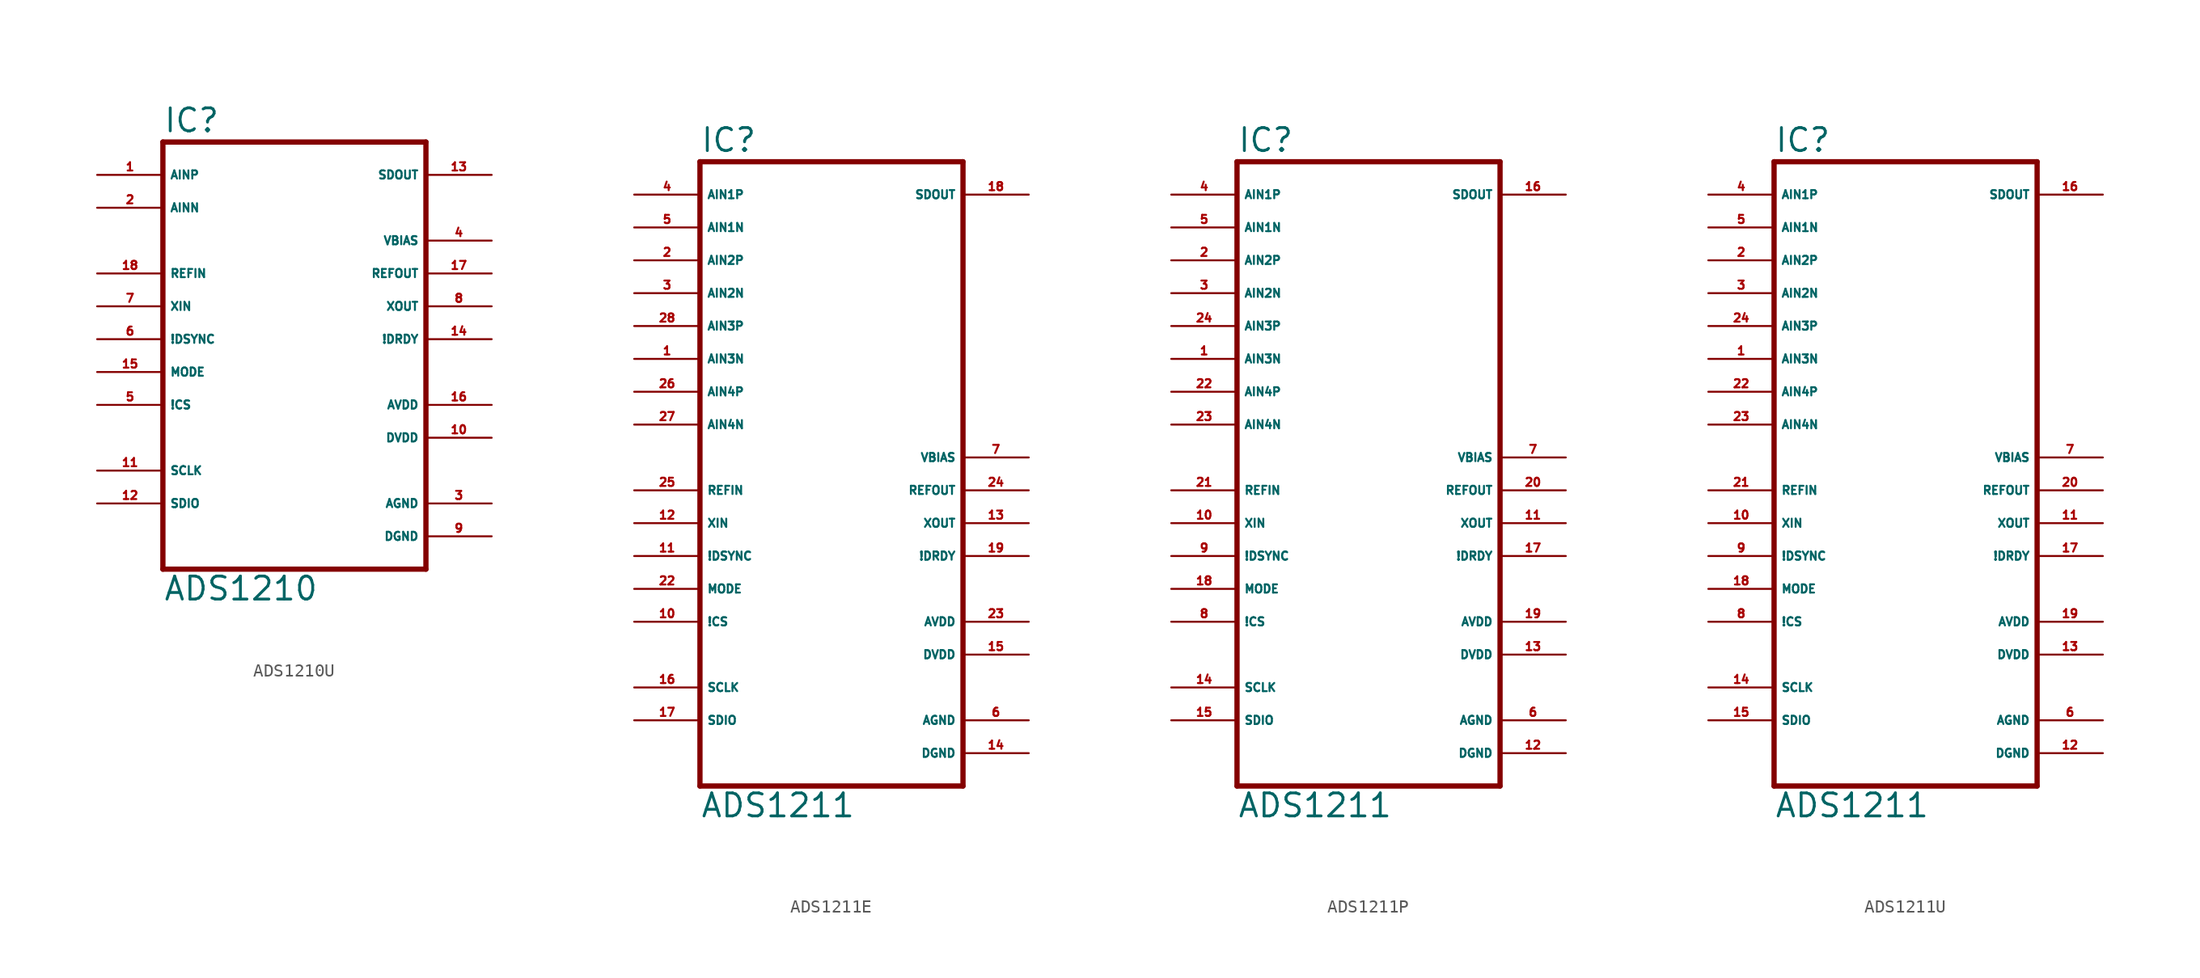
<source format=kicad_sym>
(kicad_symbol_lib
  (version 20220914)
  (generator Eagle2Kicad)
  (symbol "ADS1210U"
    (property "Reference" "IC"
      (at -10.16 15.875 0)
      (effects (font (size 1.778 1.778) (thickness 0.22)) (justify left bottom)))
    (property "Value" "ADS1210"
      (at -10.16 -20.32 0)
      (effects (font (size 1.778 1.778) (thickness 0.22)) (justify left bottom)))
    (polyline
      (pts (xy -10.16 -17.78) (xy 10.16 -17.78))
      (stroke (width 0.406) (type default))
      (fill (type none)))
    (polyline
      (pts (xy 10.16 -17.78) (xy 10.16 15.24))
      (stroke (width 0.406) (type default))
      (fill (type none)))
    (polyline
      (pts (xy 10.16 15.24) (xy -10.16 15.24))
      (stroke (width 0.406) (type default))
      (fill (type none)))
    (polyline
      (pts (xy -10.16 15.24) (xy -10.16 -17.78))
      (stroke (width 0.406) (type default))
      (fill (type none)))
    (pin input line
      (at -15.24 12.7 0)
      (length 5.08)
      (name "AINP" (effects (font (size 0.635 0.635) (thickness 0.08)) (justify left bottom)))
      (number "1" (effects (font (size 0.635 0.635) (thickness 0.08)) (justify left bottom))))
    (pin input line
      (at -15.24 10.16 0)
      (length 5.08)
      (name "AINN" (effects (font (size 0.635 0.635) (thickness 0.08)) (justify left bottom)))
      (number "2" (effects (font (size 0.635 0.635) (thickness 0.08)) (justify left bottom))))
    (pin input line
      (at -15.24 -5.08 0)
      (length 5.08)
      (name "!CS" (effects (font (size 0.635 0.635) (thickness 0.08)) (justify left bottom)))
      (number "5" (effects (font (size 0.635 0.635) (thickness 0.08)) (justify left bottom))))
    (pin input line
      (at -15.24 0 0)
      (length 5.08)
      (name "!DSYNC" (effects (font (size 0.635 0.635) (thickness 0.08)) (justify left bottom)))
      (number "6" (effects (font (size 0.635 0.635) (thickness 0.08)) (justify left bottom))))
    (pin input line
      (at -15.24 2.54 0)
      (length 5.08)
      (name "XIN" (effects (font (size 0.635 0.635) (thickness 0.08)) (justify left bottom)))
      (number "7" (effects (font (size 0.635 0.635) (thickness 0.08)) (justify left bottom))))
    (pin input line
      (at -15.24 -2.54 0)
      (length 5.08)
      (name "MODE" (effects (font (size 0.635 0.635) (thickness 0.08)) (justify left bottom)))
      (number "15" (effects (font (size 0.635 0.635) (thickness 0.08)) (justify left bottom))))
    (pin input line
      (at -15.24 5.08 0)
      (length 5.08)
      (name "REFIN" (effects (font (size 0.635 0.635) (thickness 0.08)) (justify left bottom)))
      (number "18" (effects (font (size 0.635 0.635) (thickness 0.08)) (justify left bottom))))
    (pin bidirectional line
      (at -15.24 -10.16 0)
      (length 5.08)
      (name "SCLK" (effects (font (size 0.635 0.635) (thickness 0.08)) (justify left bottom)))
      (number "11" (effects (font (size 0.635 0.635) (thickness 0.08)) (justify left bottom))))
    (pin bidirectional line
      (at -15.24 -12.7 0)
      (length 5.08)
      (name "SDIO" (effects (font (size 0.635 0.635) (thickness 0.08)) (justify left bottom)))
      (number "12" (effects (font (size 0.635 0.635) (thickness 0.08)) (justify left bottom))))
    (pin output line
      (at 15.24 7.62 180)
      (length 5.08)
      (name "VBIAS" (effects (font (size 0.635 0.635) (thickness 0.08)) (justify left bottom)))
      (number "4" (effects (font (size 0.635 0.635) (thickness 0.08)) (justify left bottom))))
    (pin output line
      (at 15.24 2.54 180)
      (length 5.08)
      (name "XOUT" (effects (font (size 0.635 0.635) (thickness 0.08)) (justify left bottom)))
      (number "8" (effects (font (size 0.635 0.635) (thickness 0.08)) (justify left bottom))))
    (pin output line
      (at 15.24 12.7 180)
      (length 5.08)
      (name "SDOUT" (effects (font (size 0.635 0.635) (thickness 0.08)) (justify left bottom)))
      (number "13" (effects (font (size 0.635 0.635) (thickness 0.08)) (justify left bottom))))
    (pin output line
      (at 15.24 5.08 180)
      (length 5.08)
      (name "REFOUT" (effects (font (size 0.635 0.635) (thickness 0.08)) (justify left bottom)))
      (number "17" (effects (font (size 0.635 0.635) (thickness 0.08)) (justify left bottom))))
    (pin unspecified line
      (at 15.24 -15.24 180)
      (length 5.08)
      (name "DGND" (effects (font (size 0.635 0.635) (thickness 0.08)) (justify left bottom)))
      (number "9" (effects (font (size 0.635 0.635) (thickness 0.08)) (justify left bottom))))
    (pin unspecified line
      (at 15.24 -12.7 180)
      (length 5.08)
      (name "AGND" (effects (font (size 0.635 0.635) (thickness 0.08)) (justify left bottom)))
      (number "3" (effects (font (size 0.635 0.635) (thickness 0.08)) (justify left bottom))))
    (pin unspecified line
      (at 15.24 -7.62 180)
      (length 5.08)
      (name "DVDD" (effects (font (size 0.635 0.635) (thickness 0.08)) (justify left bottom)))
      (number "10" (effects (font (size 0.635 0.635) (thickness 0.08)) (justify left bottom))))
    (pin unspecified line
      (at 15.24 -5.08 180)
      (length 5.08)
      (name "AVDD" (effects (font (size 0.635 0.635) (thickness 0.08)) (justify left bottom)))
      (number "16" (effects (font (size 0.635 0.635) (thickness 0.08)) (justify left bottom))))
    (pin output line
      (at 15.24 0 180)
      (length 5.08)
      (name "!DRDY" (effects (font (size 0.635 0.635) (thickness 0.08)) (justify left bottom)))
      (number "14" (effects (font (size 0.635 0.635) (thickness 0.08)) (justify left bottom)))))
  (symbol "ADS1211E"
    (property "Reference" "IC"
      (at -10.16 23.495 0)
      (effects (font (size 1.778 1.778) (thickness 0.22)) (justify left bottom)))
    (property "Value" "ADS1211"
      (at -10.16 -27.94 0)
      (effects (font (size 1.778 1.778) (thickness 0.22)) (justify left bottom)))
    (polyline
      (pts (xy -10.16 -25.4) (xy 10.16 -25.4))
      (stroke (width 0.406) (type default))
      (fill (type none)))
    (polyline
      (pts (xy 10.16 -25.4) (xy 10.16 22.86))
      (stroke (width 0.406) (type default))
      (fill (type none)))
    (polyline
      (pts (xy 10.16 22.86) (xy -10.16 22.86))
      (stroke (width 0.406) (type default))
      (fill (type none)))
    (polyline
      (pts (xy -10.16 22.86) (xy -10.16 -25.4))
      (stroke (width 0.406) (type default))
      (fill (type none)))
    (pin input line
      (at -15.24 20.32 0)
      (length 5.08)
      (name "AIN1P" (effects (font (size 0.635 0.635) (thickness 0.08)) (justify left bottom)))
      (number "4" (effects (font (size 0.635 0.635) (thickness 0.08)) (justify left bottom))))
    (pin input line
      (at -15.24 17.78 0)
      (length 5.08)
      (name "AIN1N" (effects (font (size 0.635 0.635) (thickness 0.08)) (justify left bottom)))
      (number "5" (effects (font (size 0.635 0.635) (thickness 0.08)) (justify left bottom))))
    (pin input line
      (at -15.24 -12.7 0)
      (length 5.08)
      (name "!CS" (effects (font (size 0.635 0.635) (thickness 0.08)) (justify left bottom)))
      (number "10" (effects (font (size 0.635 0.635) (thickness 0.08)) (justify left bottom))))
    (pin input line
      (at -15.24 -7.62 0)
      (length 5.08)
      (name "!DSYNC" (effects (font (size 0.635 0.635) (thickness 0.08)) (justify left bottom)))
      (number "11" (effects (font (size 0.635 0.635) (thickness 0.08)) (justify left bottom))))
    (pin input line
      (at -15.24 -5.08 0)
      (length 5.08)
      (name "XIN" (effects (font (size 0.635 0.635) (thickness 0.08)) (justify left bottom)))
      (number "12" (effects (font (size 0.635 0.635) (thickness 0.08)) (justify left bottom))))
    (pin input line
      (at -15.24 -10.16 0)
      (length 5.08)
      (name "MODE" (effects (font (size 0.635 0.635) (thickness 0.08)) (justify left bottom)))
      (number "22" (effects (font (size 0.635 0.635) (thickness 0.08)) (justify left bottom))))
    (pin input line
      (at -15.24 -2.54 0)
      (length 5.08)
      (name "REFIN" (effects (font (size 0.635 0.635) (thickness 0.08)) (justify left bottom)))
      (number "25" (effects (font (size 0.635 0.635) (thickness 0.08)) (justify left bottom))))
    (pin bidirectional line
      (at -15.24 -17.78 0)
      (length 5.08)
      (name "SCLK" (effects (font (size 0.635 0.635) (thickness 0.08)) (justify left bottom)))
      (number "16" (effects (font (size 0.635 0.635) (thickness 0.08)) (justify left bottom))))
    (pin bidirectional line
      (at -15.24 -20.32 0)
      (length 5.08)
      (name "SDIO" (effects (font (size 0.635 0.635) (thickness 0.08)) (justify left bottom)))
      (number "17" (effects (font (size 0.635 0.635) (thickness 0.08)) (justify left bottom))))
    (pin output line
      (at 15.24 0 180)
      (length 5.08)
      (name "VBIAS" (effects (font (size 0.635 0.635) (thickness 0.08)) (justify left bottom)))
      (number "7" (effects (font (size 0.635 0.635) (thickness 0.08)) (justify left bottom))))
    (pin output line
      (at 15.24 -5.08 180)
      (length 5.08)
      (name "XOUT" (effects (font (size 0.635 0.635) (thickness 0.08)) (justify left bottom)))
      (number "13" (effects (font (size 0.635 0.635) (thickness 0.08)) (justify left bottom))))
    (pin output line
      (at 15.24 20.32 180)
      (length 5.08)
      (name "SDOUT" (effects (font (size 0.635 0.635) (thickness 0.08)) (justify left bottom)))
      (number "18" (effects (font (size 0.635 0.635) (thickness 0.08)) (justify left bottom))))
    (pin output line
      (at 15.24 -2.54 180)
      (length 5.08)
      (name "REFOUT" (effects (font (size 0.635 0.635) (thickness 0.08)) (justify left bottom)))
      (number "24" (effects (font (size 0.635 0.635) (thickness 0.08)) (justify left bottom))))
    (pin unspecified line
      (at 15.24 -22.86 180)
      (length 5.08)
      (name "DGND" (effects (font (size 0.635 0.635) (thickness 0.08)) (justify left bottom)))
      (number "14" (effects (font (size 0.635 0.635) (thickness 0.08)) (justify left bottom))))
    (pin unspecified line
      (at 15.24 -20.32 180)
      (length 5.08)
      (name "AGND" (effects (font (size 0.635 0.635) (thickness 0.08)) (justify left bottom)))
      (number "6" (effects (font (size 0.635 0.635) (thickness 0.08)) (justify left bottom))))
    (pin unspecified line
      (at 15.24 -15.24 180)
      (length 5.08)
      (name "DVDD" (effects (font (size 0.635 0.635) (thickness 0.08)) (justify left bottom)))
      (number "15" (effects (font (size 0.635 0.635) (thickness 0.08)) (justify left bottom))))
    (pin unspecified line
      (at 15.24 -12.7 180)
      (length 5.08)
      (name "AVDD" (effects (font (size 0.635 0.635) (thickness 0.08)) (justify left bottom)))
      (number "23" (effects (font (size 0.635 0.635) (thickness 0.08)) (justify left bottom))))
    (pin output line
      (at 15.24 -7.62 180)
      (length 5.08)
      (name "!DRDY" (effects (font (size 0.635 0.635) (thickness 0.08)) (justify left bottom)))
      (number "19" (effects (font (size 0.635 0.635) (thickness 0.08)) (justify left bottom))))
    (pin input line
      (at -15.24 15.24 0)
      (length 5.08)
      (name "AIN2P" (effects (font (size 0.635 0.635) (thickness 0.08)) (justify left bottom)))
      (number "2" (effects (font (size 0.635 0.635) (thickness 0.08)) (justify left bottom))))
    (pin input line
      (at -15.24 12.7 0)
      (length 5.08)
      (name "AIN2N" (effects (font (size 0.635 0.635) (thickness 0.08)) (justify left bottom)))
      (number "3" (effects (font (size 0.635 0.635) (thickness 0.08)) (justify left bottom))))
    (pin input line
      (at -15.24 10.16 0)
      (length 5.08)
      (name "AIN3P" (effects (font (size 0.635 0.635) (thickness 0.08)) (justify left bottom)))
      (number "28" (effects (font (size 0.635 0.635) (thickness 0.08)) (justify left bottom))))
    (pin input line
      (at -15.24 7.62 0)
      (length 5.08)
      (name "AIN3N" (effects (font (size 0.635 0.635) (thickness 0.08)) (justify left bottom)))
      (number "1" (effects (font (size 0.635 0.635) (thickness 0.08)) (justify left bottom))))
    (pin input line
      (at -15.24 5.08 0)
      (length 5.08)
      (name "AIN4P" (effects (font (size 0.635 0.635) (thickness 0.08)) (justify left bottom)))
      (number "26" (effects (font (size 0.635 0.635) (thickness 0.08)) (justify left bottom))))
    (pin input line
      (at -15.24 2.54 0)
      (length 5.08)
      (name "AIN4N" (effects (font (size 0.635 0.635) (thickness 0.08)) (justify left bottom)))
      (number "27" (effects (font (size 0.635 0.635) (thickness 0.08)) (justify left bottom)))))
  (symbol "ADS1211P"
    (property "Reference" "IC"
      (at -10.16 23.495 0)
      (effects (font (size 1.778 1.778) (thickness 0.22)) (justify left bottom)))
    (property "Value" "ADS1211"
      (at -10.16 -27.94 0)
      (effects (font (size 1.778 1.778) (thickness 0.22)) (justify left bottom)))
    (polyline
      (pts (xy -10.16 -25.4) (xy 10.16 -25.4))
      (stroke (width 0.406) (type default))
      (fill (type none)))
    (polyline
      (pts (xy 10.16 -25.4) (xy 10.16 22.86))
      (stroke (width 0.406) (type default))
      (fill (type none)))
    (polyline
      (pts (xy 10.16 22.86) (xy -10.16 22.86))
      (stroke (width 0.406) (type default))
      (fill (type none)))
    (polyline
      (pts (xy -10.16 22.86) (xy -10.16 -25.4))
      (stroke (width 0.406) (type default))
      (fill (type none)))
    (pin input line
      (at -15.24 20.32 0)
      (length 5.08)
      (name "AIN1P" (effects (font (size 0.635 0.635) (thickness 0.08)) (justify left bottom)))
      (number "4" (effects (font (size 0.635 0.635) (thickness 0.08)) (justify left bottom))))
    (pin input line
      (at -15.24 17.78 0)
      (length 5.08)
      (name "AIN1N" (effects (font (size 0.635 0.635) (thickness 0.08)) (justify left bottom)))
      (number "5" (effects (font (size 0.635 0.635) (thickness 0.08)) (justify left bottom))))
    (pin input line
      (at -15.24 -12.7 0)
      (length 5.08)
      (name "!CS" (effects (font (size 0.635 0.635) (thickness 0.08)) (justify left bottom)))
      (number "8" (effects (font (size 0.635 0.635) (thickness 0.08)) (justify left bottom))))
    (pin input line
      (at -15.24 -7.62 0)
      (length 5.08)
      (name "!DSYNC" (effects (font (size 0.635 0.635) (thickness 0.08)) (justify left bottom)))
      (number "9" (effects (font (size 0.635 0.635) (thickness 0.08)) (justify left bottom))))
    (pin input line
      (at -15.24 -5.08 0)
      (length 5.08)
      (name "XIN" (effects (font (size 0.635 0.635) (thickness 0.08)) (justify left bottom)))
      (number "10" (effects (font (size 0.635 0.635) (thickness 0.08)) (justify left bottom))))
    (pin input line
      (at -15.24 -10.16 0)
      (length 5.08)
      (name "MODE" (effects (font (size 0.635 0.635) (thickness 0.08)) (justify left bottom)))
      (number "18" (effects (font (size 0.635 0.635) (thickness 0.08)) (justify left bottom))))
    (pin input line
      (at -15.24 -2.54 0)
      (length 5.08)
      (name "REFIN" (effects (font (size 0.635 0.635) (thickness 0.08)) (justify left bottom)))
      (number "21" (effects (font (size 0.635 0.635) (thickness 0.08)) (justify left bottom))))
    (pin bidirectional line
      (at -15.24 -17.78 0)
      (length 5.08)
      (name "SCLK" (effects (font (size 0.635 0.635) (thickness 0.08)) (justify left bottom)))
      (number "14" (effects (font (size 0.635 0.635) (thickness 0.08)) (justify left bottom))))
    (pin bidirectional line
      (at -15.24 -20.32 0)
      (length 5.08)
      (name "SDIO" (effects (font (size 0.635 0.635) (thickness 0.08)) (justify left bottom)))
      (number "15" (effects (font (size 0.635 0.635) (thickness 0.08)) (justify left bottom))))
    (pin output line
      (at 15.24 0 180)
      (length 5.08)
      (name "VBIAS" (effects (font (size 0.635 0.635) (thickness 0.08)) (justify left bottom)))
      (number "7" (effects (font (size 0.635 0.635) (thickness 0.08)) (justify left bottom))))
    (pin output line
      (at 15.24 -5.08 180)
      (length 5.08)
      (name "XOUT" (effects (font (size 0.635 0.635) (thickness 0.08)) (justify left bottom)))
      (number "11" (effects (font (size 0.635 0.635) (thickness 0.08)) (justify left bottom))))
    (pin output line
      (at 15.24 20.32 180)
      (length 5.08)
      (name "SDOUT" (effects (font (size 0.635 0.635) (thickness 0.08)) (justify left bottom)))
      (number "16" (effects (font (size 0.635 0.635) (thickness 0.08)) (justify left bottom))))
    (pin output line
      (at 15.24 -2.54 180)
      (length 5.08)
      (name "REFOUT" (effects (font (size 0.635 0.635) (thickness 0.08)) (justify left bottom)))
      (number "20" (effects (font (size 0.635 0.635) (thickness 0.08)) (justify left bottom))))
    (pin unspecified line
      (at 15.24 -22.86 180)
      (length 5.08)
      (name "DGND" (effects (font (size 0.635 0.635) (thickness 0.08)) (justify left bottom)))
      (number "12" (effects (font (size 0.635 0.635) (thickness 0.08)) (justify left bottom))))
    (pin unspecified line
      (at 15.24 -20.32 180)
      (length 5.08)
      (name "AGND" (effects (font (size 0.635 0.635) (thickness 0.08)) (justify left bottom)))
      (number "6" (effects (font (size 0.635 0.635) (thickness 0.08)) (justify left bottom))))
    (pin unspecified line
      (at 15.24 -15.24 180)
      (length 5.08)
      (name "DVDD" (effects (font (size 0.635 0.635) (thickness 0.08)) (justify left bottom)))
      (number "13" (effects (font (size 0.635 0.635) (thickness 0.08)) (justify left bottom))))
    (pin unspecified line
      (at 15.24 -12.7 180)
      (length 5.08)
      (name "AVDD" (effects (font (size 0.635 0.635) (thickness 0.08)) (justify left bottom)))
      (number "19" (effects (font (size 0.635 0.635) (thickness 0.08)) (justify left bottom))))
    (pin output line
      (at 15.24 -7.62 180)
      (length 5.08)
      (name "!DRDY" (effects (font (size 0.635 0.635) (thickness 0.08)) (justify left bottom)))
      (number "17" (effects (font (size 0.635 0.635) (thickness 0.08)) (justify left bottom))))
    (pin input line
      (at -15.24 15.24 0)
      (length 5.08)
      (name "AIN2P" (effects (font (size 0.635 0.635) (thickness 0.08)) (justify left bottom)))
      (number "2" (effects (font (size 0.635 0.635) (thickness 0.08)) (justify left bottom))))
    (pin input line
      (at -15.24 12.7 0)
      (length 5.08)
      (name "AIN2N" (effects (font (size 0.635 0.635) (thickness 0.08)) (justify left bottom)))
      (number "3" (effects (font (size 0.635 0.635) (thickness 0.08)) (justify left bottom))))
    (pin input line
      (at -15.24 10.16 0)
      (length 5.08)
      (name "AIN3P" (effects (font (size 0.635 0.635) (thickness 0.08)) (justify left bottom)))
      (number "24" (effects (font (size 0.635 0.635) (thickness 0.08)) (justify left bottom))))
    (pin input line
      (at -15.24 7.62 0)
      (length 5.08)
      (name "AIN3N" (effects (font (size 0.635 0.635) (thickness 0.08)) (justify left bottom)))
      (number "1" (effects (font (size 0.635 0.635) (thickness 0.08)) (justify left bottom))))
    (pin input line
      (at -15.24 5.08 0)
      (length 5.08)
      (name "AIN4P" (effects (font (size 0.635 0.635) (thickness 0.08)) (justify left bottom)))
      (number "22" (effects (font (size 0.635 0.635) (thickness 0.08)) (justify left bottom))))
    (pin input line
      (at -15.24 2.54 0)
      (length 5.08)
      (name "AIN4N" (effects (font (size 0.635 0.635) (thickness 0.08)) (justify left bottom)))
      (number "23" (effects (font (size 0.635 0.635) (thickness 0.08)) (justify left bottom)))))
  (symbol "ADS1211U"
    (property "Reference" "IC"
      (at -10.16 23.495 0)
      (effects (font (size 1.778 1.778) (thickness 0.22)) (justify left bottom)))
    (property "Value" "ADS1211"
      (at -10.16 -27.94 0)
      (effects (font (size 1.778 1.778) (thickness 0.22)) (justify left bottom)))
    (polyline
      (pts (xy -10.16 -25.4) (xy 10.16 -25.4))
      (stroke (width 0.406) (type default))
      (fill (type none)))
    (polyline
      (pts (xy 10.16 -25.4) (xy 10.16 22.86))
      (stroke (width 0.406) (type default))
      (fill (type none)))
    (polyline
      (pts (xy 10.16 22.86) (xy -10.16 22.86))
      (stroke (width 0.406) (type default))
      (fill (type none)))
    (polyline
      (pts (xy -10.16 22.86) (xy -10.16 -25.4))
      (stroke (width 0.406) (type default))
      (fill (type none)))
    (pin input line
      (at -15.24 20.32 0)
      (length 5.08)
      (name "AIN1P" (effects (font (size 0.635 0.635) (thickness 0.08)) (justify left bottom)))
      (number "4" (effects (font (size 0.635 0.635) (thickness 0.08)) (justify left bottom))))
    (pin input line
      (at -15.24 17.78 0)
      (length 5.08)
      (name "AIN1N" (effects (font (size 0.635 0.635) (thickness 0.08)) (justify left bottom)))
      (number "5" (effects (font (size 0.635 0.635) (thickness 0.08)) (justify left bottom))))
    (pin input line
      (at -15.24 -12.7 0)
      (length 5.08)
      (name "!CS" (effects (font (size 0.635 0.635) (thickness 0.08)) (justify left bottom)))
      (number "8" (effects (font (size 0.635 0.635) (thickness 0.08)) (justify left bottom))))
    (pin input line
      (at -15.24 -7.62 0)
      (length 5.08)
      (name "!DSYNC" (effects (font (size 0.635 0.635) (thickness 0.08)) (justify left bottom)))
      (number "9" (effects (font (size 0.635 0.635) (thickness 0.08)) (justify left bottom))))
    (pin input line
      (at -15.24 -5.08 0)
      (length 5.08)
      (name "XIN" (effects (font (size 0.635 0.635) (thickness 0.08)) (justify left bottom)))
      (number "10" (effects (font (size 0.635 0.635) (thickness 0.08)) (justify left bottom))))
    (pin input line
      (at -15.24 -10.16 0)
      (length 5.08)
      (name "MODE" (effects (font (size 0.635 0.635) (thickness 0.08)) (justify left bottom)))
      (number "18" (effects (font (size 0.635 0.635) (thickness 0.08)) (justify left bottom))))
    (pin input line
      (at -15.24 -2.54 0)
      (length 5.08)
      (name "REFIN" (effects (font (size 0.635 0.635) (thickness 0.08)) (justify left bottom)))
      (number "21" (effects (font (size 0.635 0.635) (thickness 0.08)) (justify left bottom))))
    (pin bidirectional line
      (at -15.24 -17.78 0)
      (length 5.08)
      (name "SCLK" (effects (font (size 0.635 0.635) (thickness 0.08)) (justify left bottom)))
      (number "14" (effects (font (size 0.635 0.635) (thickness 0.08)) (justify left bottom))))
    (pin bidirectional line
      (at -15.24 -20.32 0)
      (length 5.08)
      (name "SDIO" (effects (font (size 0.635 0.635) (thickness 0.08)) (justify left bottom)))
      (number "15" (effects (font (size 0.635 0.635) (thickness 0.08)) (justify left bottom))))
    (pin output line
      (at 15.24 0 180)
      (length 5.08)
      (name "VBIAS" (effects (font (size 0.635 0.635) (thickness 0.08)) (justify left bottom)))
      (number "7" (effects (font (size 0.635 0.635) (thickness 0.08)) (justify left bottom))))
    (pin output line
      (at 15.24 -5.08 180)
      (length 5.08)
      (name "XOUT" (effects (font (size 0.635 0.635) (thickness 0.08)) (justify left bottom)))
      (number "11" (effects (font (size 0.635 0.635) (thickness 0.08)) (justify left bottom))))
    (pin output line
      (at 15.24 20.32 180)
      (length 5.08)
      (name "SDOUT" (effects (font (size 0.635 0.635) (thickness 0.08)) (justify left bottom)))
      (number "16" (effects (font (size 0.635 0.635) (thickness 0.08)) (justify left bottom))))
    (pin output line
      (at 15.24 -2.54 180)
      (length 5.08)
      (name "REFOUT" (effects (font (size 0.635 0.635) (thickness 0.08)) (justify left bottom)))
      (number "20" (effects (font (size 0.635 0.635) (thickness 0.08)) (justify left bottom))))
    (pin unspecified line
      (at 15.24 -22.86 180)
      (length 5.08)
      (name "DGND" (effects (font (size 0.635 0.635) (thickness 0.08)) (justify left bottom)))
      (number "12" (effects (font (size 0.635 0.635) (thickness 0.08)) (justify left bottom))))
    (pin unspecified line
      (at 15.24 -20.32 180)
      (length 5.08)
      (name "AGND" (effects (font (size 0.635 0.635) (thickness 0.08)) (justify left bottom)))
      (number "6" (effects (font (size 0.635 0.635) (thickness 0.08)) (justify left bottom))))
    (pin unspecified line
      (at 15.24 -15.24 180)
      (length 5.08)
      (name "DVDD" (effects (font (size 0.635 0.635) (thickness 0.08)) (justify left bottom)))
      (number "13" (effects (font (size 0.635 0.635) (thickness 0.08)) (justify left bottom))))
    (pin unspecified line
      (at 15.24 -12.7 180)
      (length 5.08)
      (name "AVDD" (effects (font (size 0.635 0.635) (thickness 0.08)) (justify left bottom)))
      (number "19" (effects (font (size 0.635 0.635) (thickness 0.08)) (justify left bottom))))
    (pin output line
      (at 15.24 -7.62 180)
      (length 5.08)
      (name "!DRDY" (effects (font (size 0.635 0.635) (thickness 0.08)) (justify left bottom)))
      (number "17" (effects (font (size 0.635 0.635) (thickness 0.08)) (justify left bottom))))
    (pin input line
      (at -15.24 15.24 0)
      (length 5.08)
      (name "AIN2P" (effects (font (size 0.635 0.635) (thickness 0.08)) (justify left bottom)))
      (number "2" (effects (font (size 0.635 0.635) (thickness 0.08)) (justify left bottom))))
    (pin input line
      (at -15.24 12.7 0)
      (length 5.08)
      (name "AIN2N" (effects (font (size 0.635 0.635) (thickness 0.08)) (justify left bottom)))
      (number "3" (effects (font (size 0.635 0.635) (thickness 0.08)) (justify left bottom))))
    (pin input line
      (at -15.24 10.16 0)
      (length 5.08)
      (name "AIN3P" (effects (font (size 0.635 0.635) (thickness 0.08)) (justify left bottom)))
      (number "24" (effects (font (size 0.635 0.635) (thickness 0.08)) (justify left bottom))))
    (pin input line
      (at -15.24 7.62 0)
      (length 5.08)
      (name "AIN3N" (effects (font (size 0.635 0.635) (thickness 0.08)) (justify left bottom)))
      (number "1" (effects (font (size 0.635 0.635) (thickness 0.08)) (justify left bottom))))
    (pin input line
      (at -15.24 5.08 0)
      (length 5.08)
      (name "AIN4P" (effects (font (size 0.635 0.635) (thickness 0.08)) (justify left bottom)))
      (number "22" (effects (font (size 0.635 0.635) (thickness 0.08)) (justify left bottom))))
    (pin input line
      (at -15.24 2.54 0)
      (length 5.08)
      (name "AIN4N" (effects (font (size 0.635 0.635) (thickness 0.08)) (justify left bottom)))
      (number "23" (effects (font (size 0.635 0.635) (thickness 0.08)) (justify left bottom))))))
</source>
